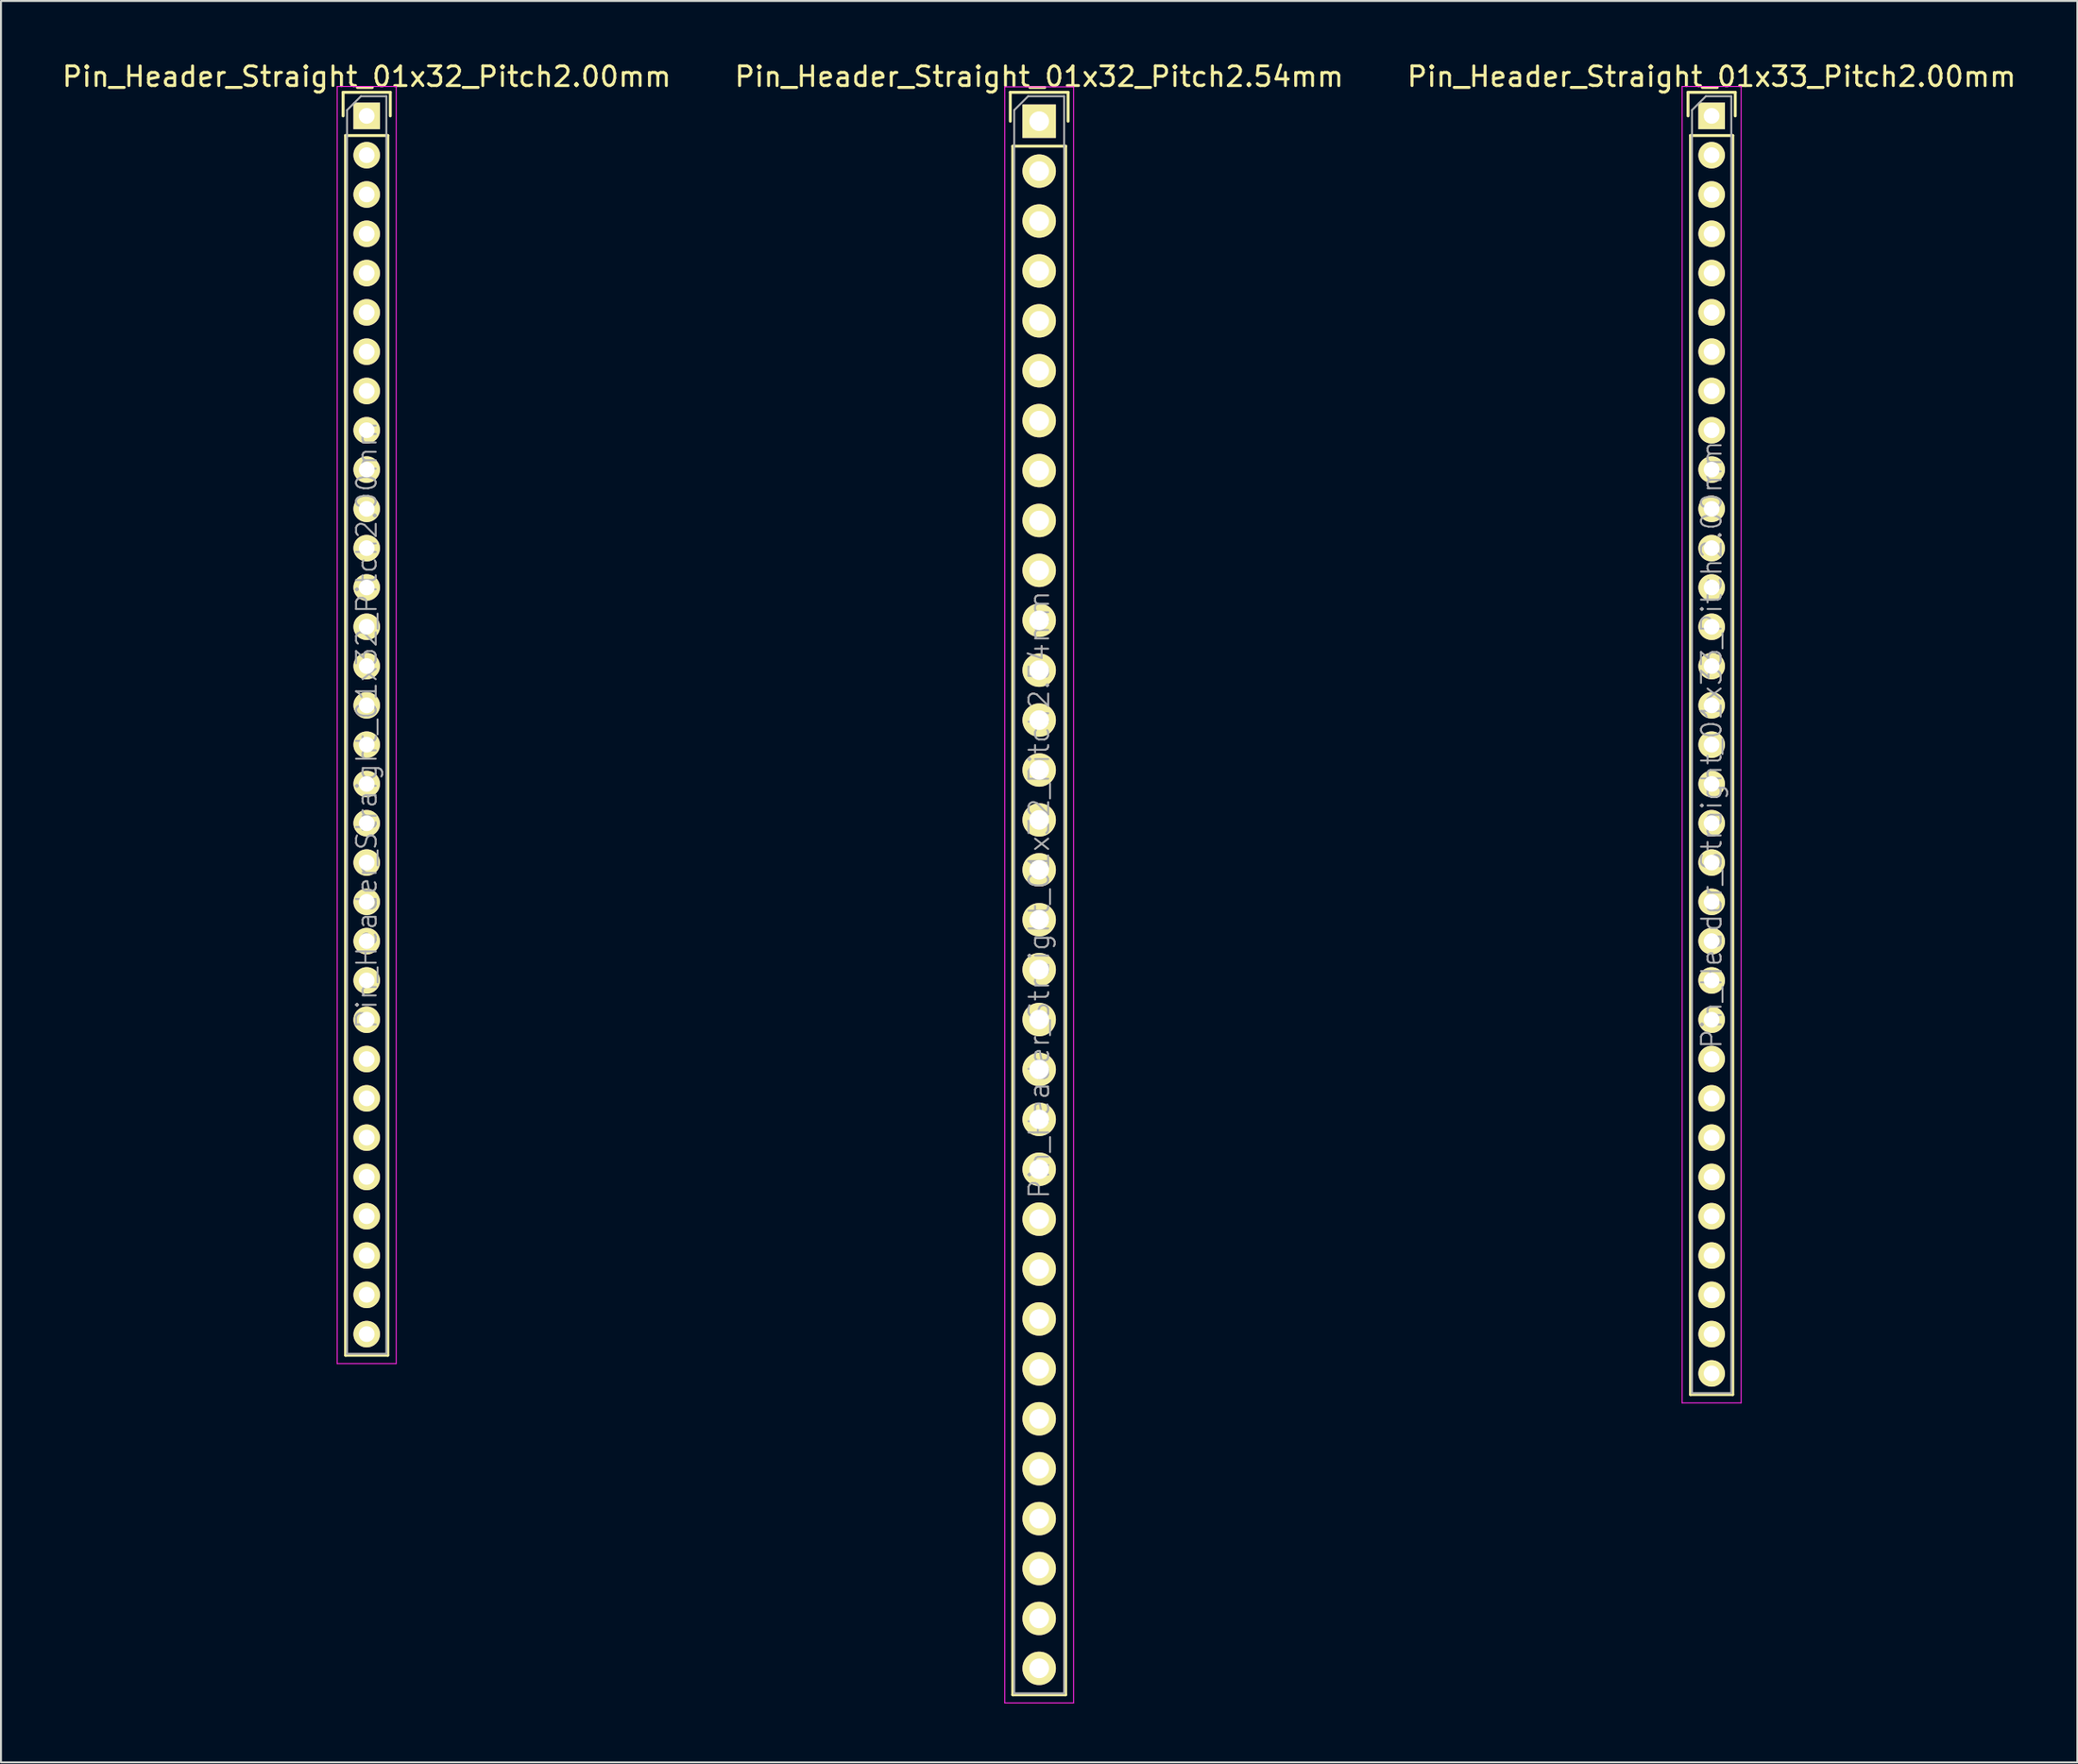
<source format=kicad_pcb>
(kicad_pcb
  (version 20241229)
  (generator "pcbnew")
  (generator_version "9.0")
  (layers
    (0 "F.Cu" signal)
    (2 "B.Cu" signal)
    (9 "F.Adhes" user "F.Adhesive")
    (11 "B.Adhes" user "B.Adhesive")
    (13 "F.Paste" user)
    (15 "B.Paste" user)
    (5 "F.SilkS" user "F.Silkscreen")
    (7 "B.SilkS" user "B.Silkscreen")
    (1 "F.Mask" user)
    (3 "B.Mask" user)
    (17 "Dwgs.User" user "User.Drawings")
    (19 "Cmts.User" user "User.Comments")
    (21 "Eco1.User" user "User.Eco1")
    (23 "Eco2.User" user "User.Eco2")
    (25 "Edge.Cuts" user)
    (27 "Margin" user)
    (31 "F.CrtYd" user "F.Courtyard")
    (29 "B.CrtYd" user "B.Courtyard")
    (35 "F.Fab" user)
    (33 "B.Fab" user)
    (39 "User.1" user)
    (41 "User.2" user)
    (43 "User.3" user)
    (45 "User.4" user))
  (footprint "Pin_Header_Straight_01x32_Pitch2.54mm"
    (layer "F.Cu")
    (at 49.804 3.118)
    (property "Reference" "Pin_Header_Straight_01x32_Pitch2.54mm" (at 0 -2.27 0) (layer "F.SilkS") (effects (font (size 1 1) (thickness 0.15))))
    (attr smd)
    (fp_line (start -1.47 -1.47) (end -1.47 0) (stroke (width 0.15) (type solid)) (layer "F.SilkS"))
    (fp_line (start -1.47 -1.47) (end 1.47 -1.47) (stroke (width 0.15) (type solid)) (layer "F.SilkS"))
    (fp_line (start -1.345 1.27) (end -1.345 80.085) (stroke (width 0.15) (type solid)) (layer "F.SilkS"))
    (fp_line (start -1.345 1.27) (end 1.345 1.27) (stroke (width 0.15) (type solid)) (layer "F.SilkS"))
    (fp_line (start -1.345 80.085) (end 1.345 80.085) (stroke (width 0.15) (type solid)) (layer "F.SilkS"))
    (fp_line (start 1.345 1.27) (end 1.345 80.085) (stroke (width 0.15) (type solid)) (layer "F.SilkS"))
    (fp_line (start 1.47 -1.47) (end 1.47 0) (stroke (width 0.15) (type solid)) (layer "F.SilkS"))
    (fp_line (start -1.75 -1.75) (end -1.75 80.5) (stroke (width 0.05) (type solid)) (layer "F.CrtYd"))
    (fp_line (start 1.75 -1.75) (end -1.75 -1.75) (stroke (width 0.05) (type solid)) (layer "F.CrtYd"))
    (fp_line (start 1.75 -1.75) (end 1.75 80.5) (stroke (width 0.05) (type solid)) (layer "F.CrtYd"))
    (fp_line (start 1.75 80.5) (end -1.75 80.5) (stroke (width 0.05) (type solid)) (layer "F.CrtYd"))
    (fp_line (start -1.27 -0.563) (end -0.563 -1.27) (stroke (width 0.1) (type solid)) (layer "F.Fab"))
    (fp_line (start -1.27 80.01) (end -1.27 -0.563) (stroke (width 0.1) (type solid)) (layer "F.Fab"))
    (fp_line (start 1.27 -1.27) (end -0.563 -1.27) (stroke (width 0.1) (type solid)) (layer "F.Fab"))
    (fp_line (start 1.27 80.01) (end -1.27 80.01) (stroke (width 0.1) (type solid)) (layer "F.Fab"))
    (fp_line (start 1.27 80.01) (end 1.27 -1.27) (stroke (width 0.1) (type solid)) (layer "F.Fab"))
    (fp_text user "${REFERENCE}" (at 0 39.37 90) (layer "F.Fab") (effects (font (size 1 1) (thickness 0.1))))
    (pad "1" thru_hole rect (at 0 0) (size 1.7 1.7) (drill 1) (layers "*.Cu" "*.Mask" "F.SilkS"))
    (pad "2" thru_hole oval (at 0 2.54) (size 1.7 1.7) (drill 1) (layers "*.Cu" "*.Mask" "F.SilkS"))
    (pad "3" thru_hole oval (at 0 5.08) (size 1.7 1.7) (drill 1) (layers "*.Cu" "*.Mask" "F.SilkS"))
    (pad "4" thru_hole oval (at 0 7.62) (size 1.7 1.7) (drill 1) (layers "*.Cu" "*.Mask" "F.SilkS"))
    (pad "5" thru_hole oval (at 0 10.16) (size 1.7 1.7) (drill 1) (layers "*.Cu" "*.Mask" "F.SilkS"))
    (pad "6" thru_hole oval (at 0 12.7) (size 1.7 1.7) (drill 1) (layers "*.Cu" "*.Mask" "F.SilkS"))
    (pad "7" thru_hole oval (at 0 15.24) (size 1.7 1.7) (drill 1) (layers "*.Cu" "*.Mask" "F.SilkS"))
    (pad "8" thru_hole oval (at 0 17.78) (size 1.7 1.7) (drill 1) (layers "*.Cu" "*.Mask" "F.SilkS"))
    (pad "9" thru_hole oval (at 0 20.32) (size 1.7 1.7) (drill 1) (layers "*.Cu" "*.Mask" "F.SilkS"))
    (pad "10" thru_hole oval (at 0 22.86) (size 1.7 1.7) (drill 1) (layers "*.Cu" "*.Mask" "F.SilkS"))
    (pad "11" thru_hole oval (at 0 25.4) (size 1.7 1.7) (drill 1) (layers "*.Cu" "*.Mask" "F.SilkS"))
    (pad "12" thru_hole oval (at 0 27.94) (size 1.7 1.7) (drill 1) (layers "*.Cu" "*.Mask" "F.SilkS"))
    (pad "13" thru_hole oval (at 0 30.48) (size 1.7 1.7) (drill 1) (layers "*.Cu" "*.Mask" "F.SilkS"))
    (pad "14" thru_hole oval (at 0 33.02) (size 1.7 1.7) (drill 1) (layers "*.Cu" "*.Mask" "F.SilkS"))
    (pad "15" thru_hole oval (at 0 35.56) (size 1.7 1.7) (drill 1) (layers "*.Cu" "*.Mask" "F.SilkS"))
    (pad "16" thru_hole oval (at 0 38.1) (size 1.7 1.7) (drill 1) (layers "*.Cu" "*.Mask" "F.SilkS"))
    (pad "17" thru_hole oval (at 0 40.64) (size 1.7 1.7) (drill 1) (layers "*.Cu" "*.Mask" "F.SilkS"))
    (pad "18" thru_hole oval (at 0 43.18) (size 1.7 1.7) (drill 1) (layers "*.Cu" "*.Mask" "F.SilkS"))
    (pad "19" thru_hole oval (at 0 45.72) (size 1.7 1.7) (drill 1) (layers "*.Cu" "*.Mask" "F.SilkS"))
    (pad "20" thru_hole oval (at 0 48.26) (size 1.7 1.7) (drill 1) (layers "*.Cu" "*.Mask" "F.SilkS"))
    (pad "21" thru_hole oval (at 0 50.8) (size 1.7 1.7) (drill 1) (layers "*.Cu" "*.Mask" "F.SilkS"))
    (pad "22" thru_hole oval (at 0 53.34) (size 1.7 1.7) (drill 1) (layers "*.Cu" "*.Mask" "F.SilkS"))
    (pad "23" thru_hole oval (at 0 55.88) (size 1.7 1.7) (drill 1) (layers "*.Cu" "*.Mask" "F.SilkS"))
    (pad "24" thru_hole oval (at 0 58.42) (size 1.7 1.7) (drill 1) (layers "*.Cu" "*.Mask" "F.SilkS"))
    (pad "25" thru_hole oval (at 0 60.96) (size 1.7 1.7) (drill 1) (layers "*.Cu" "*.Mask" "F.SilkS"))
    (pad "26" thru_hole oval (at 0 63.5) (size 1.7 1.7) (drill 1) (layers "*.Cu" "*.Mask" "F.SilkS"))
    (pad "27" thru_hole oval (at 0 66.04) (size 1.7 1.7) (drill 1) (layers "*.Cu" "*.Mask" "F.SilkS"))
    (pad "28" thru_hole oval (at 0 68.58) (size 1.7 1.7) (drill 1) (layers "*.Cu" "*.Mask" "F.SilkS"))
    (pad "29" thru_hole oval (at 0 71.12) (size 1.7 1.7) (drill 1) (layers "*.Cu" "*.Mask" "F.SilkS"))
    (pad "30" thru_hole oval (at 0 73.66) (size 1.7 1.7) (drill 1) (layers "*.Cu" "*.Mask" "F.SilkS"))
    (pad "31" thru_hole oval (at 0 76.2) (size 1.7 1.7) (drill 1) (layers "*.Cu" "*.Mask" "F.SilkS"))
    (pad "32" thru_hole oval (at 0 78.74) (size 1.7 1.7) (drill 1) (layers "*.Cu" "*.Mask" "F.SilkS")))
  (footprint "Pin_Header_Straight_01x32_Pitch2.00mm"
    (layer "F.Cu")
    (at 15.601 2.848)
    (property "Reference" "Pin_Header_Straight_01x32_Pitch2.00mm" (at 0 -2 0) (layer "F.SilkS") (effects (font (size 1 1) (thickness 0.15))))
    (attr smd)
    (fp_line (start -1.2 -1.2) (end -1.2 0) (stroke (width 0.15) (type solid)) (layer "F.SilkS"))
    (fp_line (start -1.2 -1.2) (end 1.2 -1.2) (stroke (width 0.15) (type solid)) (layer "F.SilkS"))
    (fp_line (start -1.075 1) (end -1.075 63.075) (stroke (width 0.15) (type solid)) (layer "F.SilkS"))
    (fp_line (start -1.075 1) (end 1.075 1) (stroke (width 0.15) (type solid)) (layer "F.SilkS"))
    (fp_line (start -1.075 63.075) (end 1.075 63.075) (stroke (width 0.15) (type solid)) (layer "F.SilkS"))
    (fp_line (start 1.075 1) (end 1.075 63.075) (stroke (width 0.15) (type solid)) (layer "F.SilkS"))
    (fp_line (start 1.2 -1.2) (end 1.2 0) (stroke (width 0.15) (type solid)) (layer "F.SilkS"))
    (fp_line (start -1.5 -1.5) (end -1.5 63.5) (stroke (width 0.05) (type solid)) (layer "F.CrtYd"))
    (fp_line (start 1.5 -1.5) (end -1.5 -1.5) (stroke (width 0.05) (type solid)) (layer "F.CrtYd"))
    (fp_line (start 1.5 -1.5) (end 1.5 63.5) (stroke (width 0.05) (type solid)) (layer "F.CrtYd"))
    (fp_line (start 1.5 63.5) (end -1.5 63.5) (stroke (width 0.05) (type solid)) (layer "F.CrtYd"))
    (fp_line (start -1 -0.293) (end -0.293 -1) (stroke (width 0.1) (type solid)) (layer "F.Fab"))
    (fp_line (start -1 63) (end -1 -0.293) (stroke (width 0.1) (type solid)) (layer "F.Fab"))
    (fp_line (start 1 -1) (end -0.293 -1) (stroke (width 0.1) (type solid)) (layer "F.Fab"))
    (fp_line (start 1 63) (end -1 63) (stroke (width 0.1) (type solid)) (layer "F.Fab"))
    (fp_line (start 1 63) (end 1 -1) (stroke (width 0.1) (type solid)) (layer "F.Fab"))
    (fp_text user "${REFERENCE}" (at 0 31 90) (layer "F.Fab") (effects (font (size 1 1) (thickness 0.1))))
    (pad "1" thru_hole rect (at 0 0) (size 1.35 1.35) (drill 0.8) (layers "*.Cu" "*.Mask" "F.SilkS"))
    (pad "2" thru_hole oval (at 0 2) (size 1.35 1.35) (drill 0.8) (layers "*.Cu" "*.Mask" "F.SilkS"))
    (pad "3" thru_hole oval (at 0 4) (size 1.35 1.35) (drill 0.8) (layers "*.Cu" "*.Mask" "F.SilkS"))
    (pad "4" thru_hole oval (at 0 6) (size 1.35 1.35) (drill 0.8) (layers "*.Cu" "*.Mask" "F.SilkS"))
    (pad "5" thru_hole oval (at 0 8) (size 1.35 1.35) (drill 0.8) (layers "*.Cu" "*.Mask" "F.SilkS"))
    (pad "6" thru_hole oval (at 0 10) (size 1.35 1.35) (drill 0.8) (layers "*.Cu" "*.Mask" "F.SilkS"))
    (pad "7" thru_hole oval (at 0 12) (size 1.35 1.35) (drill 0.8) (layers "*.Cu" "*.Mask" "F.SilkS"))
    (pad "8" thru_hole oval (at 0 14) (size 1.35 1.35) (drill 0.8) (layers "*.Cu" "*.Mask" "F.SilkS"))
    (pad "9" thru_hole oval (at 0 16) (size 1.35 1.35) (drill 0.8) (layers "*.Cu" "*.Mask" "F.SilkS"))
    (pad "10" thru_hole oval (at 0 18) (size 1.35 1.35) (drill 0.8) (layers "*.Cu" "*.Mask" "F.SilkS"))
    (pad "11" thru_hole oval (at 0 20) (size 1.35 1.35) (drill 0.8) (layers "*.Cu" "*.Mask" "F.SilkS"))
    (pad "12" thru_hole oval (at 0 22) (size 1.35 1.35) (drill 0.8) (layers "*.Cu" "*.Mask" "F.SilkS"))
    (pad "13" thru_hole oval (at 0 24) (size 1.35 1.35) (drill 0.8) (layers "*.Cu" "*.Mask" "F.SilkS"))
    (pad "14" thru_hole oval (at 0 26) (size 1.35 1.35) (drill 0.8) (layers "*.Cu" "*.Mask" "F.SilkS"))
    (pad "15" thru_hole oval (at 0 28) (size 1.35 1.35) (drill 0.8) (layers "*.Cu" "*.Mask" "F.SilkS"))
    (pad "16" thru_hole oval (at 0 30) (size 1.35 1.35) (drill 0.8) (layers "*.Cu" "*.Mask" "F.SilkS"))
    (pad "17" thru_hole oval (at 0 32) (size 1.35 1.35) (drill 0.8) (layers "*.Cu" "*.Mask" "F.SilkS"))
    (pad "18" thru_hole oval (at 0 34) (size 1.35 1.35) (drill 0.8) (layers "*.Cu" "*.Mask" "F.SilkS"))
    (pad "19" thru_hole oval (at 0 36) (size 1.35 1.35) (drill 0.8) (layers "*.Cu" "*.Mask" "F.SilkS"))
    (pad "20" thru_hole oval (at 0 38) (size 1.35 1.35) (drill 0.8) (layers "*.Cu" "*.Mask" "F.SilkS"))
    (pad "21" thru_hole oval (at 0 40) (size 1.35 1.35) (drill 0.8) (layers "*.Cu" "*.Mask" "F.SilkS"))
    (pad "22" thru_hole oval (at 0 42) (size 1.35 1.35) (drill 0.8) (layers "*.Cu" "*.Mask" "F.SilkS"))
    (pad "23" thru_hole oval (at 0 44) (size 1.35 1.35) (drill 0.8) (layers "*.Cu" "*.Mask" "F.SilkS"))
    (pad "24" thru_hole oval (at 0 46) (size 1.35 1.35) (drill 0.8) (layers "*.Cu" "*.Mask" "F.SilkS"))
    (pad "25" thru_hole oval (at 0 48) (size 1.35 1.35) (drill 0.8) (layers "*.Cu" "*.Mask" "F.SilkS"))
    (pad "26" thru_hole oval (at 0 50) (size 1.35 1.35) (drill 0.8) (layers "*.Cu" "*.Mask" "F.SilkS"))
    (pad "27" thru_hole oval (at 0 52) (size 1.35 1.35) (drill 0.8) (layers "*.Cu" "*.Mask" "F.SilkS"))
    (pad "28" thru_hole oval (at 0 54) (size 1.35 1.35) (drill 0.8) (layers "*.Cu" "*.Mask" "F.SilkS"))
    (pad "29" thru_hole oval (at 0 56) (size 1.35 1.35) (drill 0.8) (layers "*.Cu" "*.Mask" "F.SilkS"))
    (pad "30" thru_hole oval (at 0 58) (size 1.35 1.35) (drill 0.8) (layers "*.Cu" "*.Mask" "F.SilkS"))
    (pad "31" thru_hole oval (at 0 60) (size 1.35 1.35) (drill 0.8) (layers "*.Cu" "*.Mask" "F.SilkS"))
    (pad "32" thru_hole oval (at 0 62) (size 1.35 1.35) (drill 0.8) (layers "*.Cu" "*.Mask" "F.SilkS")))
  (footprint "Pin_Header_Straight_01x33_Pitch2.00mm"
    (layer "F.Cu")
    (at 84.006 2.848)
    (property "Reference" "Pin_Header_Straight_01x33_Pitch2.00mm" (at 0 -2 0) (layer "F.SilkS") (effects (font (size 1 1) (thickness 0.15))))
    (attr smd)
    (fp_line (start -1.2 -1.2) (end -1.2 0) (stroke (width 0.15) (type solid)) (layer "F.SilkS"))
    (fp_line (start -1.2 -1.2) (end 1.2 -1.2) (stroke (width 0.15) (type solid)) (layer "F.SilkS"))
    (fp_line (start -1.075 1) (end -1.075 65.075) (stroke (width 0.15) (type solid)) (layer "F.SilkS"))
    (fp_line (start -1.075 1) (end 1.075 1) (stroke (width 0.15) (type solid)) (layer "F.SilkS"))
    (fp_line (start -1.075 65.075) (end 1.075 65.075) (stroke (width 0.15) (type solid)) (layer "F.SilkS"))
    (fp_line (start 1.075 1) (end 1.075 65.075) (stroke (width 0.15) (type solid)) (layer "F.SilkS"))
    (fp_line (start 1.2 -1.2) (end 1.2 0) (stroke (width 0.15) (type solid)) (layer "F.SilkS"))
    (fp_line (start -1.5 -1.5) (end -1.5 65.5) (stroke (width 0.05) (type solid)) (layer "F.CrtYd"))
    (fp_line (start 1.5 -1.5) (end -1.5 -1.5) (stroke (width 0.05) (type solid)) (layer "F.CrtYd"))
    (fp_line (start 1.5 -1.5) (end 1.5 65.5) (stroke (width 0.05) (type solid)) (layer "F.CrtYd"))
    (fp_line (start 1.5 65.5) (end -1.5 65.5) (stroke (width 0.05) (type solid)) (layer "F.CrtYd"))
    (fp_line (start -1 -0.293) (end -0.293 -1) (stroke (width 0.1) (type solid)) (layer "F.Fab"))
    (fp_line (start -1 65) (end -1 -0.293) (stroke (width 0.1) (type solid)) (layer "F.Fab"))
    (fp_line (start 1 -1) (end -0.293 -1) (stroke (width 0.1) (type solid)) (layer "F.Fab"))
    (fp_line (start 1 65) (end -1 65) (stroke (width 0.1) (type solid)) (layer "F.Fab"))
    (fp_line (start 1 65) (end 1 -1) (stroke (width 0.1) (type solid)) (layer "F.Fab"))
    (fp_text user "${REFERENCE}" (at 0 32 90) (layer "F.Fab") (effects (font (size 1 1) (thickness 0.1))))
    (pad "1" thru_hole rect (at 0 0) (size 1.35 1.35) (drill 0.8) (layers "*.Cu" "*.Mask" "F.SilkS"))
    (pad "2" thru_hole oval (at 0 2) (size 1.35 1.35) (drill 0.8) (layers "*.Cu" "*.Mask" "F.SilkS"))
    (pad "3" thru_hole oval (at 0 4) (size 1.35 1.35) (drill 0.8) (layers "*.Cu" "*.Mask" "F.SilkS"))
    (pad "4" thru_hole oval (at 0 6) (size 1.35 1.35) (drill 0.8) (layers "*.Cu" "*.Mask" "F.SilkS"))
    (pad "5" thru_hole oval (at 0 8) (size 1.35 1.35) (drill 0.8) (layers "*.Cu" "*.Mask" "F.SilkS"))
    (pad "6" thru_hole oval (at 0 10) (size 1.35 1.35) (drill 0.8) (layers "*.Cu" "*.Mask" "F.SilkS"))
    (pad "7" thru_hole oval (at 0 12) (size 1.35 1.35) (drill 0.8) (layers "*.Cu" "*.Mask" "F.SilkS"))
    (pad "8" thru_hole oval (at 0 14) (size 1.35 1.35) (drill 0.8) (layers "*.Cu" "*.Mask" "F.SilkS"))
    (pad "9" thru_hole oval (at 0 16) (size 1.35 1.35) (drill 0.8) (layers "*.Cu" "*.Mask" "F.SilkS"))
    (pad "10" thru_hole oval (at 0 18) (size 1.35 1.35) (drill 0.8) (layers "*.Cu" "*.Mask" "F.SilkS"))
    (pad "11" thru_hole oval (at 0 20) (size 1.35 1.35) (drill 0.8) (layers "*.Cu" "*.Mask" "F.SilkS"))
    (pad "12" thru_hole oval (at 0 22) (size 1.35 1.35) (drill 0.8) (layers "*.Cu" "*.Mask" "F.SilkS"))
    (pad "13" thru_hole oval (at 0 24) (size 1.35 1.35) (drill 0.8) (layers "*.Cu" "*.Mask" "F.SilkS"))
    (pad "14" thru_hole oval (at 0 26) (size 1.35 1.35) (drill 0.8) (layers "*.Cu" "*.Mask" "F.SilkS"))
    (pad "15" thru_hole oval (at 0 28) (size 1.35 1.35) (drill 0.8) (layers "*.Cu" "*.Mask" "F.SilkS"))
    (pad "16" thru_hole oval (at 0 30) (size 1.35 1.35) (drill 0.8) (layers "*.Cu" "*.Mask" "F.SilkS"))
    (pad "17" thru_hole oval (at 0 32) (size 1.35 1.35) (drill 0.8) (layers "*.Cu" "*.Mask" "F.SilkS"))
    (pad "18" thru_hole oval (at 0 34) (size 1.35 1.35) (drill 0.8) (layers "*.Cu" "*.Mask" "F.SilkS"))
    (pad "19" thru_hole oval (at 0 36) (size 1.35 1.35) (drill 0.8) (layers "*.Cu" "*.Mask" "F.SilkS"))
    (pad "20" thru_hole oval (at 0 38) (size 1.35 1.35) (drill 0.8) (layers "*.Cu" "*.Mask" "F.SilkS"))
    (pad "21" thru_hole oval (at 0 40) (size 1.35 1.35) (drill 0.8) (layers "*.Cu" "*.Mask" "F.SilkS"))
    (pad "22" thru_hole oval (at 0 42) (size 1.35 1.35) (drill 0.8) (layers "*.Cu" "*.Mask" "F.SilkS"))
    (pad "23" thru_hole oval (at 0 44) (size 1.35 1.35) (drill 0.8) (layers "*.Cu" "*.Mask" "F.SilkS"))
    (pad "24" thru_hole oval (at 0 46) (size 1.35 1.35) (drill 0.8) (layers "*.Cu" "*.Mask" "F.SilkS"))
    (pad "25" thru_hole oval (at 0 48) (size 1.35 1.35) (drill 0.8) (layers "*.Cu" "*.Mask" "F.SilkS"))
    (pad "26" thru_hole oval (at 0 50) (size 1.35 1.35) (drill 0.8) (layers "*.Cu" "*.Mask" "F.SilkS"))
    (pad "27" thru_hole oval (at 0 52) (size 1.35 1.35) (drill 0.8) (layers "*.Cu" "*.Mask" "F.SilkS"))
    (pad "28" thru_hole oval (at 0 54) (size 1.35 1.35) (drill 0.8) (layers "*.Cu" "*.Mask" "F.SilkS"))
    (pad "29" thru_hole oval (at 0 56) (size 1.35 1.35) (drill 0.8) (layers "*.Cu" "*.Mask" "F.SilkS"))
    (pad "30" thru_hole oval (at 0 58) (size 1.35 1.35) (drill 0.8) (layers "*.Cu" "*.Mask" "F.SilkS"))
    (pad "31" thru_hole oval (at 0 60) (size 1.35 1.35) (drill 0.8) (layers "*.Cu" "*.Mask" "F.SilkS"))
    (pad "32" thru_hole oval (at 0 62) (size 1.35 1.35) (drill 0.8) (layers "*.Cu" "*.Mask" "F.SilkS"))
    (pad "33" thru_hole oval (at 0 64) (size 1.35 1.35) (drill 0.8) (layers "*.Cu" "*.Mask" "F.SilkS")))
  (gr_rect
    (start -3 -3)
    (end 102.607 86.643)
    (stroke (width 0.1) (type default))
    (fill no)
    (layer "Edge.Cuts")))
</source>
